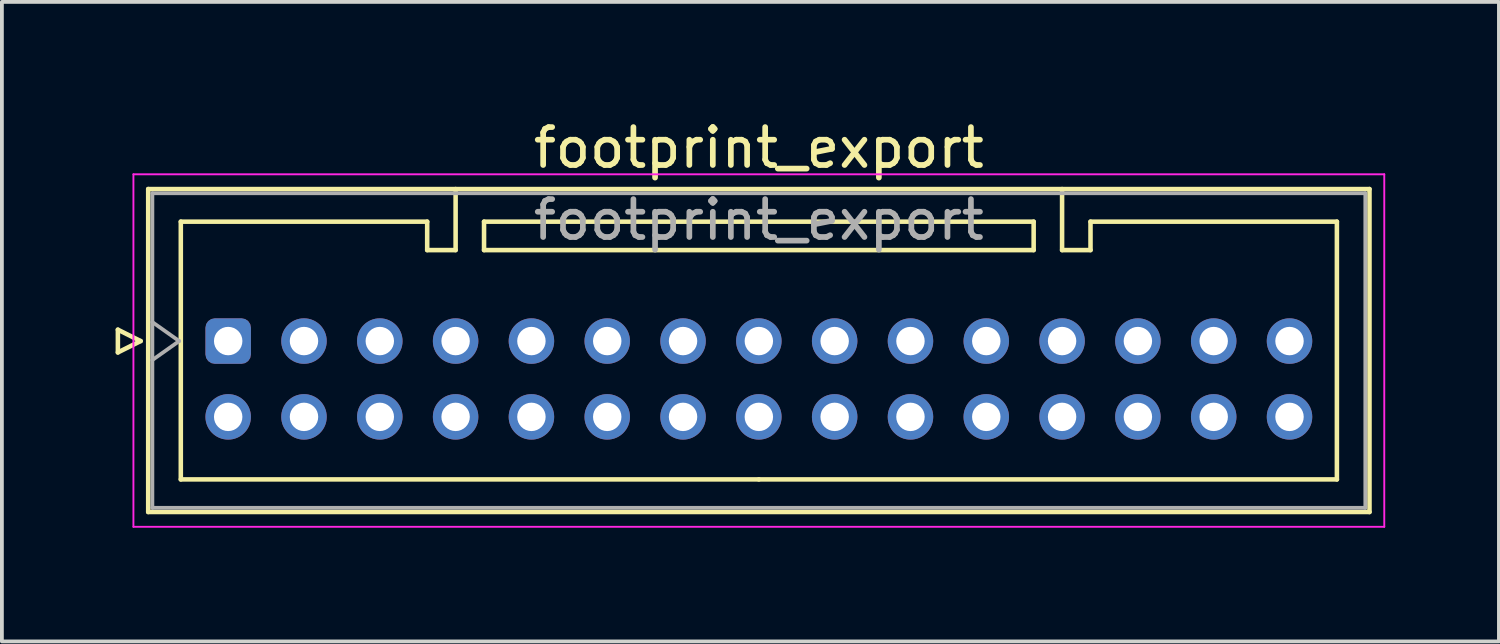
<source format=kicad_pcb>
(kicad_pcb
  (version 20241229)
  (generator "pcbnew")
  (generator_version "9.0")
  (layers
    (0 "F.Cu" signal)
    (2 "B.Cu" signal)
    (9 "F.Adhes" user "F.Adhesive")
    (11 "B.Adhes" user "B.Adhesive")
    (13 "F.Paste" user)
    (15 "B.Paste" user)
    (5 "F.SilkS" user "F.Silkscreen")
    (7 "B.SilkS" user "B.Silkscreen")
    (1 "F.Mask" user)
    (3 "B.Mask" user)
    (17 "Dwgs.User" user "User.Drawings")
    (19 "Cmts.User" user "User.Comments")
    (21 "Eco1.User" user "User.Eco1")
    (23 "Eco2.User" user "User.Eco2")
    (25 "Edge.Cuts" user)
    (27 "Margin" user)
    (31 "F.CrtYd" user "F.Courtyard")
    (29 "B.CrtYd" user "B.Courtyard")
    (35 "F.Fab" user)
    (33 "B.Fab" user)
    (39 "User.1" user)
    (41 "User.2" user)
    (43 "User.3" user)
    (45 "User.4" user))
  (footprint "footprint_export"
    (layer "F.Cu")
    (at 2.97 5.948)
    (property "Reference" "footprint_export" (at 14 -5.1 0) (layer "F.SilkS") (effects (font (size 1 1) (thickness 0.15))))
    (attr through_hole)
    (fp_line (start -2.91 -0.3) (end -2.31 0) (stroke (width 0.12) (type solid)) (layer "F.SilkS"))
    (fp_line (start -2.91 0.3) (end -2.91 -0.3) (stroke (width 0.12) (type solid)) (layer "F.SilkS"))
    (fp_line (start -2.31 0) (end -2.91 0.3) (stroke (width 0.12) (type solid)) (layer "F.SilkS"))
    (fp_line (start -2.11 -4.01) (end -2.11 4.51) (stroke (width 0.12) (type solid)) (layer "F.SilkS"))
    (fp_line (start -2.11 4.51) (end 30.11 4.51) (stroke (width 0.12) (type solid)) (layer "F.SilkS"))
    (fp_line (start -1.25 -3.15) (end -1.25 3.65) (stroke (width 0.12) (type solid)) (layer "F.SilkS"))
    (fp_line (start -1.25 3.65) (end 14 3.65) (stroke (width 0.12) (type solid)) (layer "F.SilkS"))
    (fp_line (start 5.25 -3.15) (end -1.25 -3.15) (stroke (width 0.12) (type solid)) (layer "F.SilkS"))
    (fp_line (start 5.25 -2.4) (end 5.25 -3.15) (stroke (width 0.12) (type solid)) (layer "F.SilkS"))
    (fp_line (start 6 -4.01) (end 6 -2.4) (stroke (width 0.12) (type solid)) (layer "F.SilkS"))
    (fp_line (start 6 -2.4) (end 5.25 -2.4) (stroke (width 0.12) (type solid)) (layer "F.SilkS"))
    (fp_line (start 6.75 -3.15) (end 6.75 -2.4) (stroke (width 0.12) (type solid)) (layer "F.SilkS"))
    (fp_line (start 6.75 -2.4) (end 21.25 -2.4) (stroke (width 0.12) (type solid)) (layer "F.SilkS"))
    (fp_line (start 21.25 -3.15) (end 6.75 -3.15) (stroke (width 0.12) (type solid)) (layer "F.SilkS"))
    (fp_line (start 21.25 -2.4) (end 21.25 -3.15) (stroke (width 0.12) (type solid)) (layer "F.SilkS"))
    (fp_line (start 22 -4.01) (end 22 -2.4) (stroke (width 0.12) (type solid)) (layer "F.SilkS"))
    (fp_line (start 22 -2.4) (end 22.75 -2.4) (stroke (width 0.12) (type solid)) (layer "F.SilkS"))
    (fp_line (start 22.75 -3.15) (end 29.25 -3.15) (stroke (width 0.12) (type solid)) (layer "F.SilkS"))
    (fp_line (start 22.75 -2.4) (end 22.75 -3.15) (stroke (width 0.12) (type solid)) (layer "F.SilkS"))
    (fp_line (start 29.25 -3.15) (end 29.25 3.65) (stroke (width 0.12) (type solid)) (layer "F.SilkS"))
    (fp_line (start 29.25 3.65) (end 14 3.65) (stroke (width 0.12) (type solid)) (layer "F.SilkS"))
    (fp_line (start 30.11 -4.01) (end -2.11 -4.01) (stroke (width 0.12) (type solid)) (layer "F.SilkS"))
    (fp_line (start 30.11 4.51) (end 30.11 -4.01) (stroke (width 0.12) (type solid)) (layer "F.SilkS"))
    (fp_line (start -2.5 -4.4) (end -2.5 4.9) (stroke (width 0.05) (type solid)) (layer "F.CrtYd"))
    (fp_line (start -2.5 4.9) (end 30.5 4.9) (stroke (width 0.05) (type solid)) (layer "F.CrtYd"))
    (fp_line (start 30.5 -4.4) (end -2.5 -4.4) (stroke (width 0.05) (type solid)) (layer "F.CrtYd"))
    (fp_line (start 30.5 4.9) (end 30.5 -4.4) (stroke (width 0.05) (type solid)) (layer "F.CrtYd"))
    (fp_line (start -2 -3.9) (end -2 4.4) (stroke (width 0.1) (type solid)) (layer "F.Fab"))
    (fp_line (start -2 0.5) (end -1.293 0) (stroke (width 0.1) (type solid)) (layer "F.Fab"))
    (fp_line (start -2 4.4) (end 30 4.4) (stroke (width 0.1) (type solid)) (layer "F.Fab"))
    (fp_line (start -1.293 0) (end -2 -0.5) (stroke (width 0.1) (type solid)) (layer "F.Fab"))
    (fp_line (start 30 -3.9) (end -2 -3.9) (stroke (width 0.1) (type solid)) (layer "F.Fab"))
    (fp_line (start 30 4.4) (end 30 -3.9) (stroke (width 0.1) (type solid)) (layer "F.Fab"))
    (fp_text user "${REFERENCE}" (at 14 -3.2 0) (layer "F.Fab") (effects (font (size 1 1) (thickness 0.15))))
    (pad "1" thru_hole roundrect (at 0 0) (size 1.2 1.2) (drill 0.75) (layers "*.Cu" "*.Mask") (roundrect_rratio 0.208))
    (pad "2" thru_hole circle (at 0 2) (size 1.2 1.2) (drill 0.75) (layers "*.Cu" "*.Mask"))
    (pad "3" thru_hole circle (at 2 0) (size 1.2 1.2) (drill 0.75) (layers "*.Cu" "*.Mask"))
    (pad "4" thru_hole circle (at 2 2) (size 1.2 1.2) (drill 0.75) (layers "*.Cu" "*.Mask"))
    (pad "5" thru_hole circle (at 4 0) (size 1.2 1.2) (drill 0.75) (layers "*.Cu" "*.Mask"))
    (pad "6" thru_hole circle (at 4 2) (size 1.2 1.2) (drill 0.75) (layers "*.Cu" "*.Mask"))
    (pad "7" thru_hole circle (at 6 0) (size 1.2 1.2) (drill 0.75) (layers "*.Cu" "*.Mask"))
    (pad "8" thru_hole circle (at 6 2) (size 1.2 1.2) (drill 0.75) (layers "*.Cu" "*.Mask"))
    (pad "9" thru_hole circle (at 8 0) (size 1.2 1.2) (drill 0.75) (layers "*.Cu" "*.Mask"))
    (pad "10" thru_hole circle (at 8 2) (size 1.2 1.2) (drill 0.75) (layers "*.Cu" "*.Mask"))
    (pad "11" thru_hole circle (at 10 0) (size 1.2 1.2) (drill 0.75) (layers "*.Cu" "*.Mask"))
    (pad "12" thru_hole circle (at 10 2) (size 1.2 1.2) (drill 0.75) (layers "*.Cu" "*.Mask"))
    (pad "13" thru_hole circle (at 12 0) (size 1.2 1.2) (drill 0.75) (layers "*.Cu" "*.Mask"))
    (pad "14" thru_hole circle (at 12 2) (size 1.2 1.2) (drill 0.75) (layers "*.Cu" "*.Mask"))
    (pad "15" thru_hole circle (at 14 0) (size 1.2 1.2) (drill 0.75) (layers "*.Cu" "*.Mask"))
    (pad "16" thru_hole circle (at 14 2) (size 1.2 1.2) (drill 0.75) (layers "*.Cu" "*.Mask"))
    (pad "17" thru_hole circle (at 16 0) (size 1.2 1.2) (drill 0.75) (layers "*.Cu" "*.Mask"))
    (pad "18" thru_hole circle (at 16 2) (size 1.2 1.2) (drill 0.75) (layers "*.Cu" "*.Mask"))
    (pad "19" thru_hole circle (at 18 0) (size 1.2 1.2) (drill 0.75) (layers "*.Cu" "*.Mask"))
    (pad "20" thru_hole circle (at 18 2) (size 1.2 1.2) (drill 0.75) (layers "*.Cu" "*.Mask"))
    (pad "21" thru_hole circle (at 20 0) (size 1.2 1.2) (drill 0.75) (layers "*.Cu" "*.Mask"))
    (pad "22" thru_hole circle (at 20 2) (size 1.2 1.2) (drill 0.75) (layers "*.Cu" "*.Mask"))
    (pad "23" thru_hole circle (at 22 0) (size 1.2 1.2) (drill 0.75) (layers "*.Cu" "*.Mask"))
    (pad "24" thru_hole circle (at 22 2) (size 1.2 1.2) (drill 0.75) (layers "*.Cu" "*.Mask"))
    (pad "25" thru_hole circle (at 24 0) (size 1.2 1.2) (drill 0.75) (layers "*.Cu" "*.Mask"))
    (pad "26" thru_hole circle (at 24 2) (size 1.2 1.2) (drill 0.75) (layers "*.Cu" "*.Mask"))
    (pad "27" thru_hole circle (at 26 0) (size 1.2 1.2) (drill 0.75) (layers "*.Cu" "*.Mask"))
    (pad "28" thru_hole circle (at 26 2) (size 1.2 1.2) (drill 0.75) (layers "*.Cu" "*.Mask"))
    (pad "29" thru_hole circle (at 28 0) (size 1.2 1.2) (drill 0.75) (layers "*.Cu" "*.Mask"))
    (pad "30" thru_hole circle (at 28 2) (size 1.2 1.2) (drill 0.75) (layers "*.Cu" "*.Mask")))
  (gr_rect
    (start -3 -3)
    (end 36.495 13.873)
    (stroke (width 0.1) (type default))
    (fill no)
    (layer "Edge.Cuts")))
</source>
